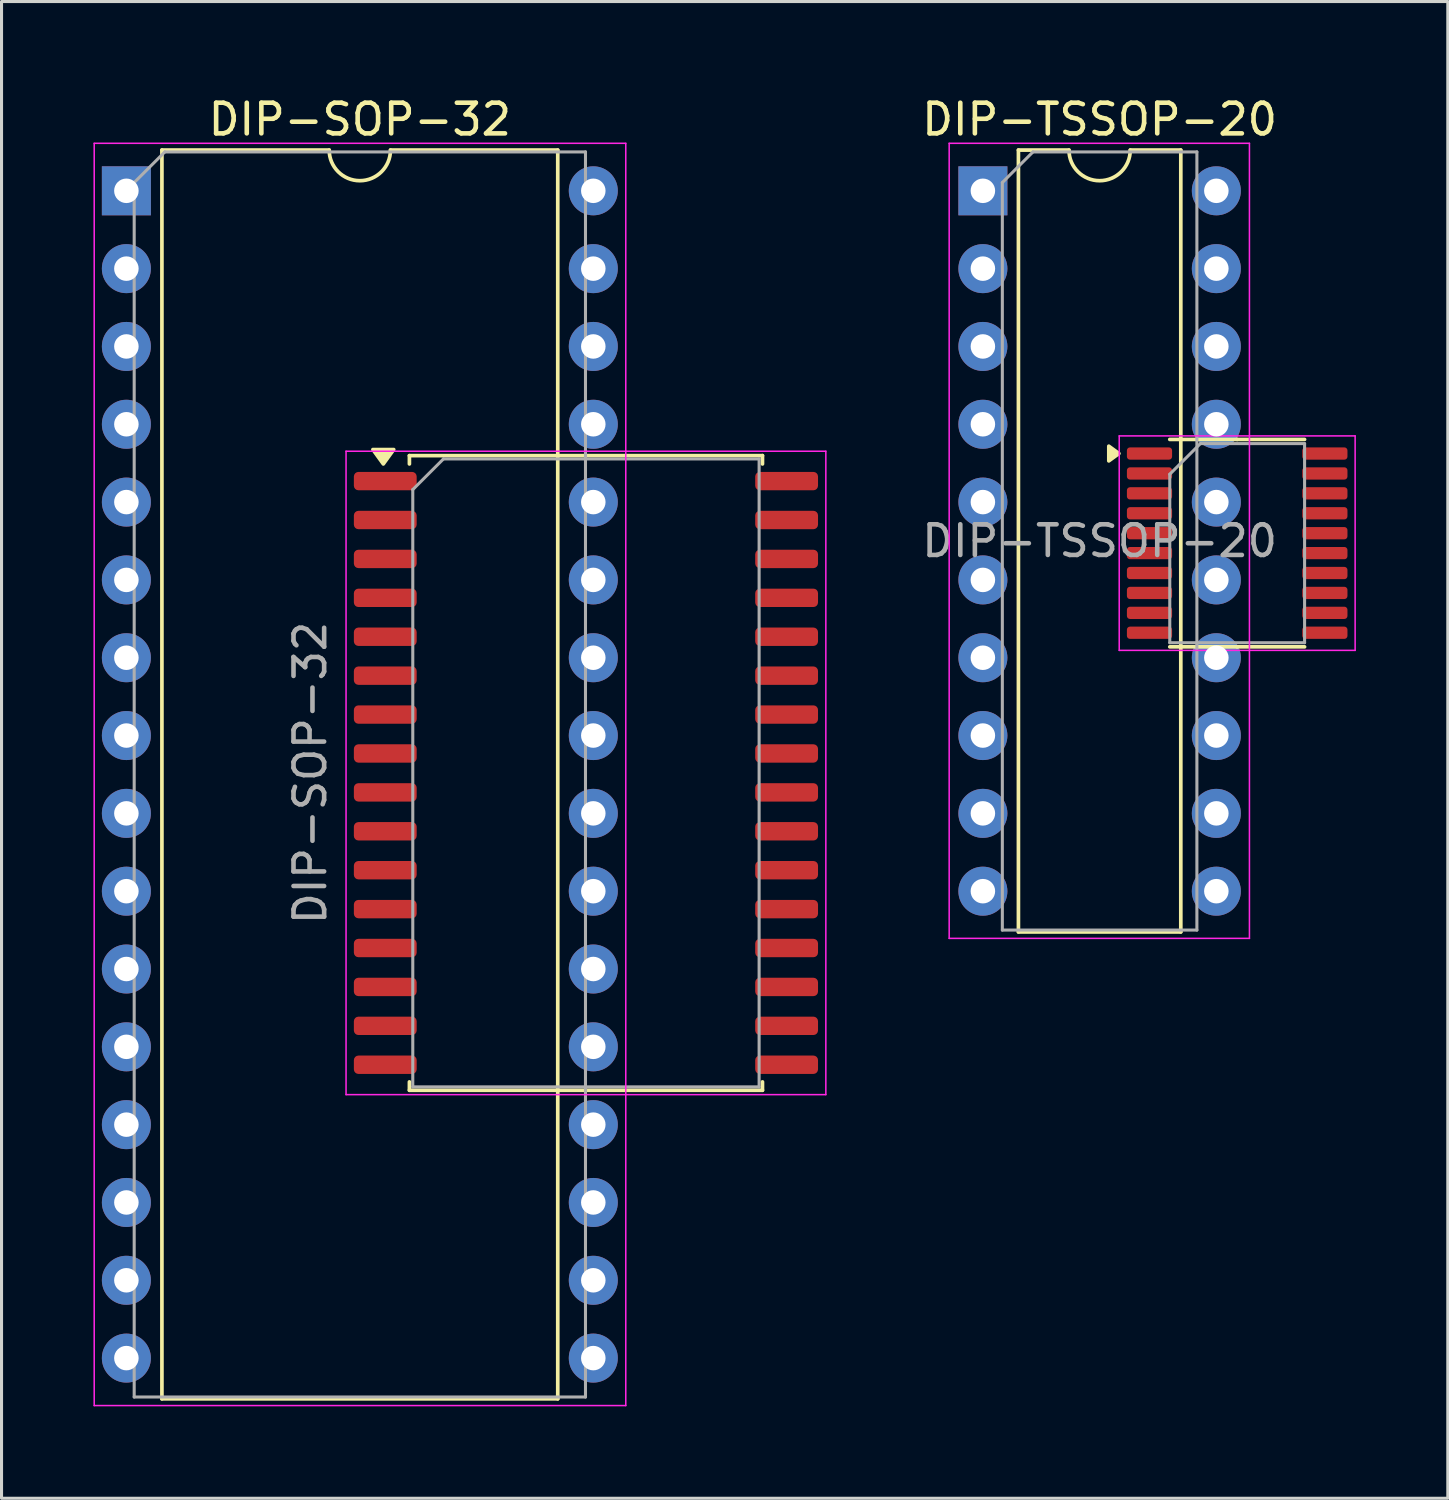
<source format=kicad_pcb>
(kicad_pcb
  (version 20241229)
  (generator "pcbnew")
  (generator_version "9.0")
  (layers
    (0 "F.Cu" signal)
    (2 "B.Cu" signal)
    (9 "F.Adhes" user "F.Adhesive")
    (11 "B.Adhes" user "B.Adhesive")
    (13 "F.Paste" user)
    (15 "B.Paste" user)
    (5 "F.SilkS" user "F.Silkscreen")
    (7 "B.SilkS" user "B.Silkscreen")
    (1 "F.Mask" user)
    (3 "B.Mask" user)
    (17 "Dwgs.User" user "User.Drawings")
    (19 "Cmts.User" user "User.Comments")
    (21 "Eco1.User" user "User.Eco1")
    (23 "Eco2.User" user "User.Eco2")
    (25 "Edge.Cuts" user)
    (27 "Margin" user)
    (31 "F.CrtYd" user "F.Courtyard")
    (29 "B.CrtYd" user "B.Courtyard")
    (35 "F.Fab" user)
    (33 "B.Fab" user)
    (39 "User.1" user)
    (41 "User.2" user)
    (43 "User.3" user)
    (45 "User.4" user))
  (footprint "DIP-TSSOP-20"
    (layer "F.Cu")
    (at 29.031 3.178)
    (property "Reference" "DIP-TSSOP-20" (at 3.81 -2.33 0) (layer "F.SilkS") (effects (font (size 1 1) (thickness 0.15))))
    (attr through_hole)
    (fp_line (start 1.16 -1.33) (end 1.16 24.19) (stroke (width 0.12) (type solid)) (layer "F.SilkS"))
    (fp_line (start 1.16 24.19) (end 6.46 24.19) (stroke (width 0.12) (type solid)) (layer "F.SilkS"))
    (fp_line (start 2.81 -1.33) (end 1.16 -1.33) (stroke (width 0.12) (type solid)) (layer "F.SilkS"))
    (fp_line (start 6.46 -1.33) (end 4.81 -1.33) (stroke (width 0.12) (type solid)) (layer "F.SilkS"))
    (fp_line (start 6.46 24.19) (end 6.46 -1.33) (stroke (width 0.12) (type solid)) (layer "F.SilkS"))
    (fp_line (start 8.3 8.115) (end 6.1 8.115) (stroke (width 0.12) (type solid)) (layer "F.SilkS"))
    (fp_line (start 8.3 8.115) (end 10.5 8.115) (stroke (width 0.12) (type solid)) (layer "F.SilkS"))
    (fp_line (start 8.3 14.885) (end 6.1 14.885) (stroke (width 0.12) (type solid)) (layer "F.SilkS"))
    (fp_line (start 8.3 14.885) (end 10.5 14.885) (stroke (width 0.12) (type solid)) (layer "F.SilkS"))
    (fp_arc (start 4.81 -1.33) (mid 3.81 -0.33) (end 2.81 -1.33) (stroke (width 0.12) (type solid)) (layer "F.SilkS"))
    (fp_poly (pts (xy 4.44 8.575) (xy 4.11 8.335) (xy 4.11 8.815) (xy 4.44 8.575)) (stroke (width 0.12) (type solid)) (fill yes) (layer "F.SilkS"))
    (fp_line (start -1.1 -1.55) (end -1.1 24.4) (stroke (width 0.05) (type solid)) (layer "F.CrtYd"))
    (fp_line (start -1.1 24.4) (end 8.7 24.4) (stroke (width 0.05) (type solid)) (layer "F.CrtYd"))
    (fp_line (start 4.45 8) (end 4.45 15) (stroke (width 0.05) (type solid)) (layer "F.CrtYd"))
    (fp_line (start 4.45 15) (end 12.15 15) (stroke (width 0.05) (type solid)) (layer "F.CrtYd"))
    (fp_line (start 8.7 -1.55) (end -1.1 -1.55) (stroke (width 0.05) (type solid)) (layer "F.CrtYd"))
    (fp_line (start 8.7 24.4) (end 8.7 -1.55) (stroke (width 0.05) (type solid)) (layer "F.CrtYd"))
    (fp_line (start 12.15 8) (end 4.45 8) (stroke (width 0.05) (type solid)) (layer "F.CrtYd"))
    (fp_line (start 12.15 15) (end 12.15 8) (stroke (width 0.05) (type solid)) (layer "F.CrtYd"))
    (fp_line (start 0.635 -0.27) (end 1.635 -1.27) (stroke (width 0.1) (type solid)) (layer "F.Fab"))
    (fp_line (start 0.635 24.13) (end 0.635 -0.27) (stroke (width 0.1) (type solid)) (layer "F.Fab"))
    (fp_line (start 1.635 -1.27) (end 6.985 -1.27) (stroke (width 0.1) (type solid)) (layer "F.Fab"))
    (fp_line (start 6.1 9.25) (end 7.1 8.25) (stroke (width 0.1) (type solid)) (layer "F.Fab"))
    (fp_line (start 6.1 14.75) (end 6.1 9.25) (stroke (width 0.1) (type solid)) (layer "F.Fab"))
    (fp_line (start 6.985 -1.27) (end 6.985 24.13) (stroke (width 0.1) (type solid)) (layer "F.Fab"))
    (fp_line (start 6.985 24.13) (end 0.635 24.13) (stroke (width 0.1) (type solid)) (layer "F.Fab"))
    (fp_line (start 7.1 8.25) (end 10.5 8.25) (stroke (width 0.1) (type solid)) (layer "F.Fab"))
    (fp_line (start 10.5 8.25) (end 10.5 14.75) (stroke (width 0.1) (type solid)) (layer "F.Fab"))
    (fp_line (start 10.5 14.75) (end 6.1 14.75) (stroke (width 0.1) (type solid)) (layer "F.Fab"))
    (fp_text user "${REFERENCE}" (at 3.81 11.43 0) (layer "F.Fab") (effects (font (size 1 1) (thickness 0.15))))
    (pad "1" thru_hole rect (at 0 0) (size 1.6 1.6) (drill 0.8) (layers "*.Cu" "*.Mask"))
    (pad "1" smd roundrect (at 5.438 8.575) (size 1.475 0.4) (layers "F.Cu" "F.Mask" "F.Paste") (roundrect_rratio 0.25))
    (pad "2" thru_hole oval (at 0 2.54) (size 1.6 1.6) (drill 0.8) (layers "*.Cu" "*.Mask"))
    (pad "2" smd roundrect (at 5.438 9.225) (size 1.475 0.4) (layers "F.Cu" "F.Mask" "F.Paste") (roundrect_rratio 0.25))
    (pad "3" thru_hole oval (at 0 5.08) (size 1.6 1.6) (drill 0.8) (layers "*.Cu" "*.Mask"))
    (pad "3" smd roundrect (at 5.438 9.875) (size 1.475 0.4) (layers "F.Cu" "F.Mask" "F.Paste") (roundrect_rratio 0.25))
    (pad "4" thru_hole oval (at 0 7.62) (size 1.6 1.6) (drill 0.8) (layers "*.Cu" "*.Mask"))
    (pad "4" smd roundrect (at 5.438 10.525) (size 1.475 0.4) (layers "F.Cu" "F.Mask" "F.Paste") (roundrect_rratio 0.25))
    (pad "5" thru_hole oval (at 0 10.16) (size 1.6 1.6) (drill 0.8) (layers "*.Cu" "*.Mask"))
    (pad "5" smd roundrect (at 5.438 11.175) (size 1.475 0.4) (layers "F.Cu" "F.Mask" "F.Paste") (roundrect_rratio 0.25))
    (pad "6" thru_hole oval (at 0 12.7) (size 1.6 1.6) (drill 0.8) (layers "*.Cu" "*.Mask"))
    (pad "6" smd roundrect (at 5.438 11.825) (size 1.475 0.4) (layers "F.Cu" "F.Mask" "F.Paste") (roundrect_rratio 0.25))
    (pad "7" thru_hole oval (at 0 15.24) (size 1.6 1.6) (drill 0.8) (layers "*.Cu" "*.Mask"))
    (pad "7" smd roundrect (at 5.438 12.475) (size 1.475 0.4) (layers "F.Cu" "F.Mask" "F.Paste") (roundrect_rratio 0.25))
    (pad "8" thru_hole oval (at 0 17.78) (size 1.6 1.6) (drill 0.8) (layers "*.Cu" "*.Mask"))
    (pad "8" smd roundrect (at 5.438 13.125) (size 1.475 0.4) (layers "F.Cu" "F.Mask" "F.Paste") (roundrect_rratio 0.25))
    (pad "9" thru_hole oval (at 0 20.32) (size 1.6 1.6) (drill 0.8) (layers "*.Cu" "*.Mask"))
    (pad "9" smd roundrect (at 5.438 13.775) (size 1.475 0.4) (layers "F.Cu" "F.Mask" "F.Paste") (roundrect_rratio 0.25))
    (pad "10" thru_hole oval (at 0 22.86) (size 1.6 1.6) (drill 0.8) (layers "*.Cu" "*.Mask"))
    (pad "10" smd roundrect (at 5.438 14.425) (size 1.475 0.4) (layers "F.Cu" "F.Mask" "F.Paste") (roundrect_rratio 0.25))
    (pad "11" thru_hole oval (at 7.62 22.86) (size 1.6 1.6) (drill 0.8) (layers "*.Cu" "*.Mask"))
    (pad "11" smd roundrect (at 11.162 14.425) (size 1.475 0.4) (layers "F.Cu" "F.Mask" "F.Paste") (roundrect_rratio 0.25))
    (pad "12" thru_hole oval (at 7.62 20.32) (size 1.6 1.6) (drill 0.8) (layers "*.Cu" "*.Mask"))
    (pad "12" smd roundrect (at 11.162 13.775) (size 1.475 0.4) (layers "F.Cu" "F.Mask" "F.Paste") (roundrect_rratio 0.25))
    (pad "13" thru_hole oval (at 7.62 17.78) (size 1.6 1.6) (drill 0.8) (layers "*.Cu" "*.Mask"))
    (pad "13" smd roundrect (at 11.162 13.125) (size 1.475 0.4) (layers "F.Cu" "F.Mask" "F.Paste") (roundrect_rratio 0.25))
    (pad "14" thru_hole oval (at 7.62 15.24) (size 1.6 1.6) (drill 0.8) (layers "*.Cu" "*.Mask"))
    (pad "14" smd roundrect (at 11.162 12.475) (size 1.475 0.4) (layers "F.Cu" "F.Mask" "F.Paste") (roundrect_rratio 0.25))
    (pad "15" thru_hole oval (at 7.62 12.7) (size 1.6 1.6) (drill 0.8) (layers "*.Cu" "*.Mask"))
    (pad "15" smd roundrect (at 11.162 11.825) (size 1.475 0.4) (layers "F.Cu" "F.Mask" "F.Paste") (roundrect_rratio 0.25))
    (pad "16" thru_hole oval (at 7.62 10.16) (size 1.6 1.6) (drill 0.8) (layers "*.Cu" "*.Mask"))
    (pad "16" smd roundrect (at 11.162 11.175) (size 1.475 0.4) (layers "F.Cu" "F.Mask" "F.Paste") (roundrect_rratio 0.25))
    (pad "17" thru_hole oval (at 7.62 7.62) (size 1.6 1.6) (drill 0.8) (layers "*.Cu" "*.Mask"))
    (pad "17" smd roundrect (at 11.162 10.525) (size 1.475 0.4) (layers "F.Cu" "F.Mask" "F.Paste") (roundrect_rratio 0.25))
    (pad "18" thru_hole oval (at 7.62 5.08) (size 1.6 1.6) (drill 0.8) (layers "*.Cu" "*.Mask"))
    (pad "18" smd roundrect (at 11.162 9.875) (size 1.475 0.4) (layers "F.Cu" "F.Mask" "F.Paste") (roundrect_rratio 0.25))
    (pad "19" thru_hole oval (at 7.62 2.54) (size 1.6 1.6) (drill 0.8) (layers "*.Cu" "*.Mask"))
    (pad "19" smd roundrect (at 11.162 9.225) (size 1.475 0.4) (layers "F.Cu" "F.Mask" "F.Paste") (roundrect_rratio 0.25))
    (pad "20" thru_hole oval (at 7.62 0) (size 1.6 1.6) (drill 0.8) (layers "*.Cu" "*.Mask"))
    (pad "20" smd roundrect (at 11.162 8.575) (size 1.475 0.4) (layers "F.Cu" "F.Mask" "F.Paste") (roundrect_rratio 0.25)))
  (footprint "DIP-SOP-32"
    (layer "F.Cu")
    (at 1.075 3.178)
    (property "Reference" "DIP-SOP-32" (at 7.62 -2.33 0) (layer "F.SilkS") (effects (font (size 1 1) (thickness 0.15))))
    (attr through_hole)
    (fp_line (start 1.16 -1.33) (end 1.16 39.43) (stroke (width 0.12) (type solid)) (layer "F.SilkS"))
    (fp_line (start 1.16 39.43) (end 14.08 39.43) (stroke (width 0.12) (type solid)) (layer "F.SilkS"))
    (fp_line (start 6.62 -1.33) (end 1.16 -1.33) (stroke (width 0.12) (type solid)) (layer "F.SilkS"))
    (fp_line (start 9.238 8.643) (end 9.238 8.915) (stroke (width 0.12) (type solid)) (layer "F.SilkS"))
    (fp_line (start 9.238 29.358) (end 9.238 29.085) (stroke (width 0.12) (type solid)) (layer "F.SilkS"))
    (fp_line (start 14.08 -1.33) (end 8.62 -1.33) (stroke (width 0.12) (type solid)) (layer "F.SilkS"))
    (fp_line (start 14.08 39.43) (end 14.08 -1.33) (stroke (width 0.12) (type solid)) (layer "F.SilkS"))
    (fp_line (start 15 8.643) (end 9.238 8.643) (stroke (width 0.12) (type solid)) (layer "F.SilkS"))
    (fp_line (start 15 8.643) (end 20.762 8.643) (stroke (width 0.12) (type solid)) (layer "F.SilkS"))
    (fp_line (start 15 29.358) (end 9.238 29.358) (stroke (width 0.12) (type solid)) (layer "F.SilkS"))
    (fp_line (start 15 29.358) (end 20.762 29.358) (stroke (width 0.12) (type solid)) (layer "F.SilkS"))
    (fp_line (start 20.762 8.643) (end 20.762 8.915) (stroke (width 0.12) (type solid)) (layer "F.SilkS"))
    (fp_line (start 20.762 29.358) (end 20.762 29.085) (stroke (width 0.12) (type solid)) (layer "F.SilkS"))
    (fp_arc (start 8.62 -1.33) (mid 7.62 -0.33) (end 6.62 -1.33) (stroke (width 0.12) (type solid)) (layer "F.SilkS"))
    (fp_poly (pts (xy 8.386 8.915) (xy 8.046 8.445) (xy 8.726 8.445) (xy 8.386 8.915)) (stroke (width 0.12) (type solid)) (fill yes) (layer "F.SilkS"))
    (fp_line (start -1.05 -1.55) (end -1.05 39.65) (stroke (width 0.05) (type solid)) (layer "F.CrtYd"))
    (fp_line (start -1.05 39.65) (end 16.3 39.65) (stroke (width 0.05) (type solid)) (layer "F.CrtYd"))
    (fp_line (start 7.17 8.5) (end 7.17 29.5) (stroke (width 0.05) (type solid)) (layer "F.CrtYd"))
    (fp_line (start 7.17 29.5) (end 22.83 29.5) (stroke (width 0.05) (type solid)) (layer "F.CrtYd"))
    (fp_line (start 16.3 -1.55) (end -1.05 -1.55) (stroke (width 0.05) (type solid)) (layer "F.CrtYd"))
    (fp_line (start 16.3 39.65) (end 16.3 -1.55) (stroke (width 0.05) (type solid)) (layer "F.CrtYd"))
    (fp_line (start 22.83 8.5) (end 7.17 8.5) (stroke (width 0.05) (type solid)) (layer "F.CrtYd"))
    (fp_line (start 22.83 29.5) (end 22.83 8.5) (stroke (width 0.05) (type solid)) (layer "F.CrtYd"))
    (fp_line (start 0.255 -0.27) (end 1.255 -1.27) (stroke (width 0.1) (type solid)) (layer "F.Fab"))
    (fp_line (start 0.255 39.37) (end 0.255 -0.27) (stroke (width 0.1) (type solid)) (layer "F.Fab"))
    (fp_line (start 1.255 -1.27) (end 14.985 -1.27) (stroke (width 0.1) (type solid)) (layer "F.Fab"))
    (fp_line (start 9.348 9.752) (end 10.348 8.752) (stroke (width 0.1) (type solid)) (layer "F.Fab"))
    (fp_line (start 9.348 29.247) (end 9.348 9.752) (stroke (width 0.1) (type solid)) (layer "F.Fab"))
    (fp_line (start 10.348 8.752) (end 20.652 8.752) (stroke (width 0.1) (type solid)) (layer "F.Fab"))
    (fp_line (start 14.985 -1.27) (end 14.985 39.37) (stroke (width 0.1) (type solid)) (layer "F.Fab"))
    (fp_line (start 14.985 39.37) (end 0.255 39.37) (stroke (width 0.1) (type solid)) (layer "F.Fab"))
    (fp_line (start 20.652 8.752) (end 20.652 29.247) (stroke (width 0.1) (type solid)) (layer "F.Fab"))
    (fp_line (start 20.652 29.247) (end 9.348 29.247) (stroke (width 0.1) (type solid)) (layer "F.Fab"))
    (fp_text user "${REFERENCE}" (at 6 19 90) (layer "F.Fab") (effects (font (size 1 1) (thickness 0.15))))
    (pad "1" thru_hole rect (at 0 0) (size 1.6 1.6) (drill 0.8) (layers "*.Cu" "*.Mask"))
    (pad "1" smd roundrect (at 8.45 9.475) (size 2.05 0.6) (layers "F.Cu" "F.Mask" "F.Paste") (roundrect_rratio 0.25))
    (pad "2" thru_hole oval (at 0 2.54) (size 1.6 1.6) (drill 0.8) (layers "*.Cu" "*.Mask"))
    (pad "2" smd roundrect (at 8.45 10.745) (size 2.05 0.6) (layers "F.Cu" "F.Mask" "F.Paste") (roundrect_rratio 0.25))
    (pad "3" thru_hole oval (at 0 5.08) (size 1.6 1.6) (drill 0.8) (layers "*.Cu" "*.Mask"))
    (pad "3" smd roundrect (at 8.45 12.015) (size 2.05 0.6) (layers "F.Cu" "F.Mask" "F.Paste") (roundrect_rratio 0.25))
    (pad "4" thru_hole oval (at 0 7.62) (size 1.6 1.6) (drill 0.8) (layers "*.Cu" "*.Mask"))
    (pad "4" smd roundrect (at 8.45 13.285) (size 2.05 0.6) (layers "F.Cu" "F.Mask" "F.Paste") (roundrect_rratio 0.25))
    (pad "5" thru_hole oval (at 0 10.16) (size 1.6 1.6) (drill 0.8) (layers "*.Cu" "*.Mask"))
    (pad "5" smd roundrect (at 8.45 14.555) (size 2.05 0.6) (layers "F.Cu" "F.Mask" "F.Paste") (roundrect_rratio 0.25))
    (pad "6" thru_hole oval (at 0 12.7) (size 1.6 1.6) (drill 0.8) (layers "*.Cu" "*.Mask"))
    (pad "6" smd roundrect (at 8.45 15.825) (size 2.05 0.6) (layers "F.Cu" "F.Mask" "F.Paste") (roundrect_rratio 0.25))
    (pad "7" thru_hole oval (at 0 15.24) (size 1.6 1.6) (drill 0.8) (layers "*.Cu" "*.Mask"))
    (pad "7" smd roundrect (at 8.45 17.095) (size 2.05 0.6) (layers "F.Cu" "F.Mask" "F.Paste") (roundrect_rratio 0.25))
    (pad "8" thru_hole oval (at 0 17.78) (size 1.6 1.6) (drill 0.8) (layers "*.Cu" "*.Mask"))
    (pad "8" smd roundrect (at 8.45 18.365) (size 2.05 0.6) (layers "F.Cu" "F.Mask" "F.Paste") (roundrect_rratio 0.25))
    (pad "9" thru_hole oval (at 0 20.32) (size 1.6 1.6) (drill 0.8) (layers "*.Cu" "*.Mask"))
    (pad "9" smd roundrect (at 8.45 19.635) (size 2.05 0.6) (layers "F.Cu" "F.Mask" "F.Paste") (roundrect_rratio 0.25))
    (pad "10" thru_hole oval (at 0 22.86) (size 1.6 1.6) (drill 0.8) (layers "*.Cu" "*.Mask"))
    (pad "10" smd roundrect (at 8.45 20.905) (size 2.05 0.6) (layers "F.Cu" "F.Mask" "F.Paste") (roundrect_rratio 0.25))
    (pad "11" thru_hole oval (at 0 25.4) (size 1.6 1.6) (drill 0.8) (layers "*.Cu" "*.Mask"))
    (pad "11" smd roundrect (at 8.45 22.175) (size 2.05 0.6) (layers "F.Cu" "F.Mask" "F.Paste") (roundrect_rratio 0.25))
    (pad "12" thru_hole oval (at 0 27.94) (size 1.6 1.6) (drill 0.8) (layers "*.Cu" "*.Mask"))
    (pad "12" smd roundrect (at 8.45 23.445) (size 2.05 0.6) (layers "F.Cu" "F.Mask" "F.Paste") (roundrect_rratio 0.25))
    (pad "13" thru_hole oval (at 0 30.48) (size 1.6 1.6) (drill 0.8) (layers "*.Cu" "*.Mask"))
    (pad "13" smd roundrect (at 8.45 24.715) (size 2.05 0.6) (layers "F.Cu" "F.Mask" "F.Paste") (roundrect_rratio 0.25))
    (pad "14" thru_hole oval (at 0 33.02) (size 1.6 1.6) (drill 0.8) (layers "*.Cu" "*.Mask"))
    (pad "14" smd roundrect (at 8.45 25.985) (size 2.05 0.6) (layers "F.Cu" "F.Mask" "F.Paste") (roundrect_rratio 0.25))
    (pad "15" thru_hole oval (at 0 35.56) (size 1.6 1.6) (drill 0.8) (layers "*.Cu" "*.Mask"))
    (pad "15" smd roundrect (at 8.45 27.255) (size 2.05 0.6) (layers "F.Cu" "F.Mask" "F.Paste") (roundrect_rratio 0.25))
    (pad "16" thru_hole oval (at 0 38.1) (size 1.6 1.6) (drill 0.8) (layers "*.Cu" "*.Mask"))
    (pad "16" smd roundrect (at 8.45 28.525) (size 2.05 0.6) (layers "F.Cu" "F.Mask" "F.Paste") (roundrect_rratio 0.25))
    (pad "17" thru_hole oval (at 15.24 38.1) (size 1.6 1.6) (drill 0.8) (layers "*.Cu" "*.Mask"))
    (pad "17" smd roundrect (at 21.55 28.525) (size 2.05 0.6) (layers "F.Cu" "F.Mask" "F.Paste") (roundrect_rratio 0.25))
    (pad "18" thru_hole oval (at 15.24 35.56) (size 1.6 1.6) (drill 0.8) (layers "*.Cu" "*.Mask"))
    (pad "18" smd roundrect (at 21.55 27.255) (size 2.05 0.6) (layers "F.Cu" "F.Mask" "F.Paste") (roundrect_rratio 0.25))
    (pad "19" thru_hole oval (at 15.24 33.02) (size 1.6 1.6) (drill 0.8) (layers "*.Cu" "*.Mask"))
    (pad "19" smd roundrect (at 21.55 25.985) (size 2.05 0.6) (layers "F.Cu" "F.Mask" "F.Paste") (roundrect_rratio 0.25))
    (pad "20" thru_hole oval (at 15.24 30.48) (size 1.6 1.6) (drill 0.8) (layers "*.Cu" "*.Mask"))
    (pad "20" smd roundrect (at 21.55 24.715) (size 2.05 0.6) (layers "F.Cu" "F.Mask" "F.Paste") (roundrect_rratio 0.25))
    (pad "21" thru_hole oval (at 15.24 27.94) (size 1.6 1.6) (drill 0.8) (layers "*.Cu" "*.Mask"))
    (pad "21" smd roundrect (at 21.55 23.445) (size 2.05 0.6) (layers "F.Cu" "F.Mask" "F.Paste") (roundrect_rratio 0.25))
    (pad "22" thru_hole oval (at 15.24 25.4) (size 1.6 1.6) (drill 0.8) (layers "*.Cu" "*.Mask"))
    (pad "22" smd roundrect (at 21.55 22.175) (size 2.05 0.6) (layers "F.Cu" "F.Mask" "F.Paste") (roundrect_rratio 0.25))
    (pad "23" thru_hole oval (at 15.24 22.86) (size 1.6 1.6) (drill 0.8) (layers "*.Cu" "*.Mask"))
    (pad "23" smd roundrect (at 21.55 20.905) (size 2.05 0.6) (layers "F.Cu" "F.Mask" "F.Paste") (roundrect_rratio 0.25))
    (pad "24" thru_hole oval (at 15.24 20.32) (size 1.6 1.6) (drill 0.8) (layers "*.Cu" "*.Mask"))
    (pad "24" smd roundrect (at 21.55 19.635) (size 2.05 0.6) (layers "F.Cu" "F.Mask" "F.Paste") (roundrect_rratio 0.25))
    (pad "25" thru_hole oval (at 15.24 17.78) (size 1.6 1.6) (drill 0.8) (layers "*.Cu" "*.Mask"))
    (pad "25" smd roundrect (at 21.55 18.365) (size 2.05 0.6) (layers "F.Cu" "F.Mask" "F.Paste") (roundrect_rratio 0.25))
    (pad "26" thru_hole oval (at 15.24 15.24) (size 1.6 1.6) (drill 0.8) (layers "*.Cu" "*.Mask"))
    (pad "26" smd roundrect (at 21.55 17.095) (size 2.05 0.6) (layers "F.Cu" "F.Mask" "F.Paste") (roundrect_rratio 0.25))
    (pad "27" thru_hole oval (at 15.24 12.7) (size 1.6 1.6) (drill 0.8) (layers "*.Cu" "*.Mask"))
    (pad "27" smd roundrect (at 21.55 15.825) (size 2.05 0.6) (layers "F.Cu" "F.Mask" "F.Paste") (roundrect_rratio 0.25))
    (pad "28" thru_hole oval (at 15.24 10.16) (size 1.6 1.6) (drill 0.8) (layers "*.Cu" "*.Mask"))
    (pad "28" smd roundrect (at 21.55 14.555) (size 2.05 0.6) (layers "F.Cu" "F.Mask" "F.Paste") (roundrect_rratio 0.25))
    (pad "29" thru_hole oval (at 15.24 7.62) (size 1.6 1.6) (drill 0.8) (layers "*.Cu" "*.Mask"))
    (pad "29" smd roundrect (at 21.55 13.285) (size 2.05 0.6) (layers "F.Cu" "F.Mask" "F.Paste") (roundrect_rratio 0.25))
    (pad "30" thru_hole oval (at 15.24 5.08) (size 1.6 1.6) (drill 0.8) (layers "*.Cu" "*.Mask"))
    (pad "30" smd roundrect (at 21.55 12.015) (size 2.05 0.6) (layers "F.Cu" "F.Mask" "F.Paste") (roundrect_rratio 0.25))
    (pad "31" thru_hole oval (at 15.24 2.54) (size 1.6 1.6) (drill 0.8) (layers "*.Cu" "*.Mask"))
    (pad "31" smd roundrect (at 21.55 10.745) (size 2.05 0.6) (layers "F.Cu" "F.Mask" "F.Paste") (roundrect_rratio 0.25))
    (pad "32" thru_hole oval (at 15.24 0) (size 1.6 1.6) (drill 0.8) (layers "*.Cu" "*.Mask"))
    (pad "32" smd roundrect (at 21.55 9.475) (size 2.05 0.6) (layers "F.Cu" "F.Mask" "F.Paste") (roundrect_rratio 0.25)))
  (gr_rect
    (start -3 -3)
    (end 44.206 45.853)
    (stroke (width 0.1) (type default))
    (fill no)
    (layer "Edge.Cuts")))
</source>
